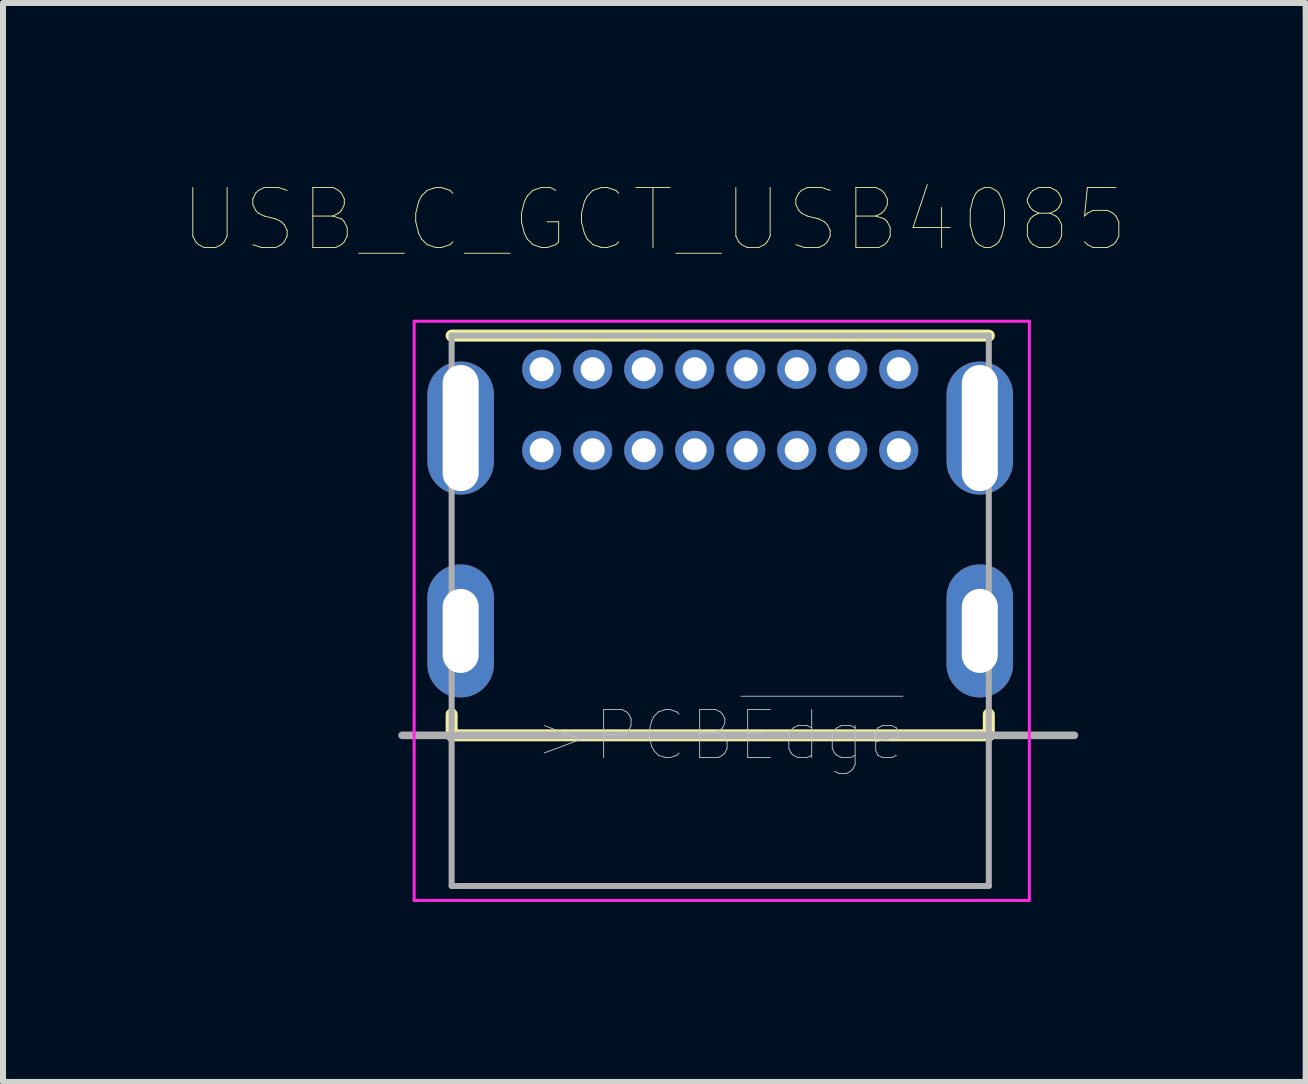
<source format=kicad_pcb>
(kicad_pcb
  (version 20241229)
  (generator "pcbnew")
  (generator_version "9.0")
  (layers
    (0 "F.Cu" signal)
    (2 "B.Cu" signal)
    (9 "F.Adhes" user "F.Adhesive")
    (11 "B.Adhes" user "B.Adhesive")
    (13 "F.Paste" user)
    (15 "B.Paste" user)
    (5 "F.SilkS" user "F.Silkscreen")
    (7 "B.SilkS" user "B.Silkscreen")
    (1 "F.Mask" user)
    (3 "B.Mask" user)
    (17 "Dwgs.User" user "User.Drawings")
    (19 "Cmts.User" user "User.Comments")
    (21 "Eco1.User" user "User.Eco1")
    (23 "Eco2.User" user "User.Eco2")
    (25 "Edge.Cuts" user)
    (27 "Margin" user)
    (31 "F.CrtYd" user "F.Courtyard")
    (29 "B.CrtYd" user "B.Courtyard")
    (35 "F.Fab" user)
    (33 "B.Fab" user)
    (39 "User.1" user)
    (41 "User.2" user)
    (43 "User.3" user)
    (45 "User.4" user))
  (footprint "USB_C_GCT_USB4085"
    (layer "F.Cu")
    (at 8.95 7.127)
    (property "Reference" "USB_C_GCT_USB4085" (at -1.097 -6.515 0) (layer "F.SilkS") (effects (font (size 1 1) (thickness 0.015))))
    (fp_line (start -4.475 -4.585) (end 4.475 -4.585) (stroke (width 0.2) (type solid)) (layer "F.SilkS"))
    (fp_line (start -4.475 1.725) (end -4.475 2.075) (stroke (width 0.2) (type solid)) (layer "F.SilkS"))
    (fp_line (start -4.475 2.075) (end 4.475 2.075) (stroke (width 0.2) (type solid)) (layer "F.SilkS"))
    (fp_line (start 4.475 2.075) (end 4.475 1.725) (stroke (width 0.2) (type solid)) (layer "F.SilkS"))
    (fp_line (start -5.1 -4.825) (end 5.15 -4.825) (stroke (width 0.05) (type solid)) (layer "F.CrtYd"))
    (fp_line (start -5.1 4.825) (end -5.1 -4.825) (stroke (width 0.05) (type solid)) (layer "F.CrtYd"))
    (fp_line (start 5.15 -4.825) (end 5.15 4.825) (stroke (width 0.05) (type solid)) (layer "F.CrtYd"))
    (fp_line (start 5.15 4.825) (end -5.1 4.825) (stroke (width 0.05) (type solid)) (layer "F.CrtYd"))
    (fp_line (start -5.3 2.075) (end 5.9 2.075) (stroke (width 0.127) (type solid)) (layer "F.Fab"))
    (fp_line (start -4.475 -4.585) (end 4.475 -4.585) (stroke (width 0.1) (type solid)) (layer "F.Fab"))
    (fp_line (start -4.475 4.585) (end -4.475 -4.585) (stroke (width 0.1) (type solid)) (layer "F.Fab"))
    (fp_line (start 4.475 -4.585) (end 4.475 4.585) (stroke (width 0.1) (type solid)) (layer "F.Fab"))
    (fp_line (start 4.475 4.585) (end -4.475 4.585) (stroke (width 0.1) (type solid)) (layer "F.Fab"))
    (fp_text user ">PCB~{Edge}" (at 0 2.076 0) (layer "Dwgs.User") (effects (font (size 0.8 0.8) (thickness 0.015))))
    (pad "A1" thru_hole circle (at -2.975 -4.025) (size 0.65 0.65) (drill 0.4) (layers "*.Cu" "*.Mask"))
    (pad "A4" thru_hole circle (at -2.125 -4.025) (size 0.65 0.65) (drill 0.4) (layers "*.Cu" "*.Mask"))
    (pad "A5" thru_hole circle (at -1.275 -4.025) (size 0.65 0.65) (drill 0.4) (layers "*.Cu" "*.Mask"))
    (pad "A6" thru_hole circle (at -0.425 -4.025) (size 0.65 0.65) (drill 0.4) (layers "*.Cu" "*.Mask"))
    (pad "A7" thru_hole circle (at 0.425 -4.025) (size 0.65 0.65) (drill 0.4) (layers "*.Cu" "*.Mask"))
    (pad "A8" thru_hole circle (at 1.275 -4.025) (size 0.65 0.65) (drill 0.4) (layers "*.Cu" "*.Mask"))
    (pad "A9" thru_hole circle (at 2.125 -4.025) (size 0.65 0.65) (drill 0.4) (layers "*.Cu" "*.Mask"))
    (pad "A12" thru_hole circle (at 2.975 -4.025) (size 0.65 0.65) (drill 0.4) (layers "*.Cu" "*.Mask"))
    (pad "B1" thru_hole circle (at 2.975 -2.675) (size 0.65 0.65) (drill 0.4) (layers "*.Cu" "*.Mask"))
    (pad "B4" thru_hole circle (at 2.125 -2.675) (size 0.65 0.65) (drill 0.4) (layers "*.Cu" "*.Mask"))
    (pad "B5" thru_hole circle (at 1.275 -2.675) (size 0.65 0.65) (drill 0.4) (layers "*.Cu" "*.Mask"))
    (pad "B6" thru_hole circle (at 0.425 -2.675) (size 0.65 0.65) (drill 0.4) (layers "*.Cu" "*.Mask"))
    (pad "B7" thru_hole circle (at -0.425 -2.675) (size 0.65 0.65) (drill 0.4) (layers "*.Cu" "*.Mask"))
    (pad "B8" thru_hole circle (at -1.275 -2.675) (size 0.65 0.65) (drill 0.4) (layers "*.Cu" "*.Mask"))
    (pad "B9" thru_hole circle (at -2.125 -2.675) (size 0.65 0.65) (drill 0.4) (layers "*.Cu" "*.Mask"))
    (pad "B12" thru_hole circle (at -2.975 -2.675) (size 0.65 0.65) (drill 0.4) (layers "*.Cu" "*.Mask"))
    (pad "P1" thru_hole oval (at -4.325 -3.045) (size 1.108 2.216) (drill oval 0.6 2.1) (layers "*.Cu" "*.Mask"))
    (pad "P2" thru_hole oval (at 4.325 -3.045) (size 1.108 2.216) (drill oval 0.6 2.1) (layers "*.Cu" "*.Mask"))
    (pad "P3" thru_hole oval (at 4.325 0.335) (size 1.108 2.216) (drill oval 0.6 1.4) (layers "*.Cu" "*.Mask"))
    (pad "P4" thru_hole oval (at -4.325 0.335) (size 1.108 2.216) (drill oval 0.6 1.4) (layers "*.Cu" "*.Mask")))
  (gr_rect
    (start -3 -3)
    (end 18.704 14.977)
    (stroke (width 0.1) (type default))
    (fill no)
    (layer "Edge.Cuts")))
</source>
